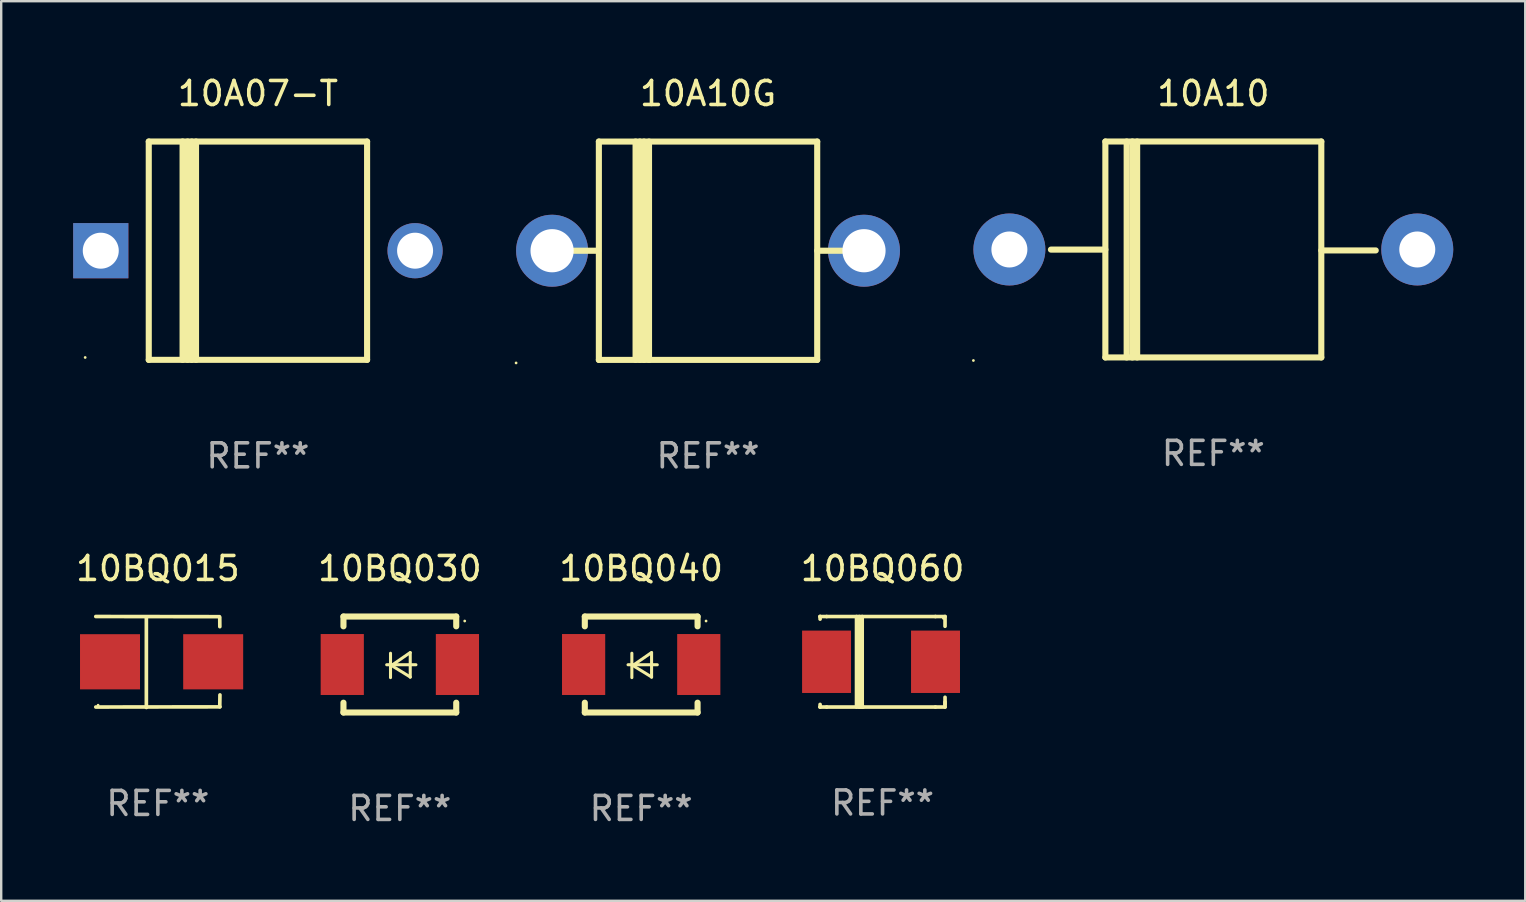
<source format=kicad_pcb>
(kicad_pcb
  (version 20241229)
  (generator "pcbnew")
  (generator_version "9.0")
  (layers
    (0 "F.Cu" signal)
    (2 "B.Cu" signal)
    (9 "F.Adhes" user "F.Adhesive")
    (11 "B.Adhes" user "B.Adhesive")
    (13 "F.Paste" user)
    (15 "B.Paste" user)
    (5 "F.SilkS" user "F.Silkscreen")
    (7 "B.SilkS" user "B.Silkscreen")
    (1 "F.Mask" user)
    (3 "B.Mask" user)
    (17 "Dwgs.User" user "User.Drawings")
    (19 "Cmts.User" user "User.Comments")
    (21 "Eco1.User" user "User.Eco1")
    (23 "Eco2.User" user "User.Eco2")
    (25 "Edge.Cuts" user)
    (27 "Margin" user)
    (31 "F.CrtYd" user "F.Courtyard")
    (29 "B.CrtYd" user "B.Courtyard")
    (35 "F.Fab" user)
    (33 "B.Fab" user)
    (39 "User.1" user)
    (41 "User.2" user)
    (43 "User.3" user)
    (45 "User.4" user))
  (footprint "10A10G"
    (layer "F.Cu")
    (at 26.46 7.399)
    (property "Reference" "10A10G" (at 0 -6.551 0) (layer "F.SilkS") (effects (font (size 1 1) (thickness 0.15))))
    (attr through_hole)
    (fp_line (start -4.58 0.001) (end -5.6 0.001) (stroke (width 0.254) (type solid)) (layer "F.SilkS"))
    (fp_line (start -4.55 -4.549) (end 4.55 -4.549) (stroke (width 0.254) (type solid)) (layer "F.SilkS"))
    (fp_line (start -4.55 -4.55) (end -4.55 4.551) (stroke (width 0.254) (type solid)) (layer "F.SilkS"))
    (fp_line (start -3.02 -4.55) (end -3.02 4.551) (stroke (width 0.254) (type solid)) (layer "F.SilkS"))
    (fp_line (start -2.841 -4.551) (end -2.841 4.55) (stroke (width 0.254) (type solid)) (layer "F.SilkS"))
    (fp_line (start -2.67 -4.55) (end -2.67 4.551) (stroke (width 0.254) (type solid)) (layer "F.SilkS"))
    (fp_line (start -2.46 -4.55) (end -2.46 4.551) (stroke (width 0.254) (type solid)) (layer "F.SilkS"))
    (fp_line (start 4.55 4.551) (end -4.55 4.551) (stroke (width 0.254) (type solid)) (layer "F.SilkS"))
    (fp_line (start 4.55 4.551) (end 4.55 -4.55) (stroke (width 0.254) (type solid)) (layer "F.SilkS"))
    (fp_line (start 5.6 0.001) (end 4.55 0.001) (stroke (width 0.254) (type solid)) (layer "F.SilkS"))
    (fp_circle (center -8 4.678) (end -7.97 4.678) (stroke (width 0.06) (type solid)) (fill no) (layer "F.SilkS"))
    (fp_text user "REF**" (at 0 8.551 0) (layer "F.Fab") (effects (font (size 1 1) (thickness 0.15))))
    (pad "1" thru_hole circle (at -6.5 0.001) (size 3 3) (drill 1.8) (layers "*.Cu" "*.Mask"))
    (pad "2" thru_hole circle (at 6.5 0.001) (size 3 3) (drill 1.8) (layers "*.Cu" "*.Mask")))
  (footprint "10A10"
    (layer "F.Cu")
    (at 47.52 7.348)
    (property "Reference" "10A10" (at 0 -6.5 0) (layer "F.SilkS") (effects (font (size 1 1) (thickness 0.15))))
    (attr through_hole)
    (fp_line (start -4.5 -4.5) (end -4.5 4.5) (stroke (width 0.254) (type solid)) (layer "F.SilkS"))
    (fp_line (start -4.5 0.005) (end -6.769 0.005) (stroke (width 0.254) (type solid)) (layer "F.SilkS"))
    (fp_line (start -3.612 -4.5) (end -3.612 4.5) (stroke (width 0.254) (type solid)) (layer "F.SilkS"))
    (fp_line (start -3.375 -4.5) (end -3.375 4.5) (stroke (width 0.254) (type solid)) (layer "F.SilkS"))
    (fp_line (start -3.175 -4.5) (end -3.175 4.5) (stroke (width 0.254) (type solid)) (layer "F.SilkS"))
    (fp_line (start 4.5 -4.5) (end -4.5 -4.5) (stroke (width 0.254) (type solid)) (layer "F.SilkS"))
    (fp_line (start 4.5 -4.5) (end 4.5 4.5) (stroke (width 0.254) (type solid)) (layer "F.SilkS"))
    (fp_line (start 4.5 0.039) (end 6.769 0.039) (stroke (width 0.254) (type solid)) (layer "F.SilkS"))
    (fp_line (start 4.5 4.5) (end -4.5 4.5) (stroke (width 0.254) (type solid)) (layer "F.SilkS"))
    (fp_circle (center -10 4.627) (end -9.97 4.627) (stroke (width 0.06) (type solid)) (fill no) (layer "F.SilkS"))
    (fp_text user "REF**" (at 0 8.5 0) (layer "F.Fab") (effects (font (size 1 1) (thickness 0.15))))
    (pad "1" thru_hole circle (at -8.5 0.000013) (size 3 3) (drill 1.5) (layers "*.Cu" "*.Mask"))
    (pad "2" thru_hole circle (at 8.5 0.000013) (size 3 3) (drill 1.5) (layers "*.Cu" "*.Mask")))
  (footprint "10A07-T"
    (layer "F.Cu")
    (at 7.7 7.399)
    (property "Reference" "10A07-T" (at 0 -6.551 0) (layer "F.SilkS") (effects (font (size 1 1) (thickness 0.15))))
    (attr through_hole)
    (fp_line (start -4.55 -4.55) (end -4.55 4.55) (stroke (width 0.254) (type solid)) (layer "F.SilkS"))
    (fp_line (start -4.55 -4.55) (end 4.55 -4.55) (stroke (width 0.254) (type solid)) (layer "F.SilkS"))
    (fp_line (start -3.14 4.55) (end -3.14 -4.551) (stroke (width 0.254) (type solid)) (layer "F.SilkS"))
    (fp_line (start -2.93 4.55) (end -2.93 -4.551) (stroke (width 0.254) (type solid)) (layer "F.SilkS"))
    (fp_line (start -2.759 4.551) (end -2.759 -4.55) (stroke (width 0.254) (type solid)) (layer "F.SilkS"))
    (fp_line (start -2.58 4.55) (end -2.58 -4.551) (stroke (width 0.254) (type solid)) (layer "F.SilkS"))
    (fp_line (start 4.55 4.55) (end 4.55 -4.55) (stroke (width 0.254) (type solid)) (layer "F.SilkS"))
    (fp_line (start 4.55 4.549) (end -4.55 4.549) (stroke (width 0.254) (type solid)) (layer "F.SilkS"))
    (fp_circle (center -7.2 4.45) (end -7.17 4.45) (stroke (width 0.06) (type solid)) (fill no) (layer "F.SilkS"))
    (fp_text user "REF**" (at 0 8.551 0) (layer "F.Fab") (effects (font (size 1 1) (thickness 0.15))))
    (pad "1" thru_hole rect (at -6.55 -0.000483 180) (size 2.3 2.3) (drill 1.5) (layers "*.Cu" "*.Mask"))
    (pad "2" thru_hole circle (at 6.55 -0.000483) (size 2.3 2.3) (drill 1.5) (layers "*.Cu" "*.Mask")))
  (footprint "10BQ040"
    (layer "F.Cu")
    (at 23.674 24.646)
    (property "Reference" "10BQ040" (at 0 -4 0) (layer "F.SilkS") (effects (font (size 1 1) (thickness 0.15))))
    (attr through_hole)
    (fp_line (start -2.35 -2) (end -2.35 -1.591) (stroke (width 0.254) (type solid)) (layer "F.SilkS"))
    (fp_line (start -2.35 -2) (end 2.35 -2) (stroke (width 0.254) (type solid)) (layer "F.SilkS"))
    (fp_line (start -2.35 1.591) (end -2.35 2) (stroke (width 0.254) (type solid)) (layer "F.SilkS"))
    (fp_line (start -2.35 2) (end 2.35 2) (stroke (width 0.254) (type solid)) (layer "F.SilkS"))
    (fp_line (start -0.548 0.01) (end 0.671 0.01) (stroke (width 0.127) (type solid)) (layer "F.SilkS"))
    (fp_line (start -0.389 -0.47) (end -0.389 0.546) (stroke (width 0.127) (type solid)) (layer "F.SilkS"))
    (fp_line (start -0.35 0.04) (end 0.433 0.52) (stroke (width 0.127) (type solid)) (layer "F.SilkS"))
    (fp_line (start 0.433 -0.5) (end -0.35 0.04) (stroke (width 0.127) (type solid)) (layer "F.SilkS"))
    (fp_line (start 0.433 0.53) (end 0.433 -0.486) (stroke (width 0.127) (type solid)) (layer "F.SilkS"))
    (fp_line (start 2.35 -2) (end 2.35 -1.591) (stroke (width 0.254) (type solid)) (layer "F.SilkS"))
    (fp_line (start 2.35 1.591) (end 2.35 2) (stroke (width 0.254) (type solid)) (layer "F.SilkS"))
    (fp_circle (center 2.704 -1.813) (end 2.734 -1.813) (stroke (width 0.06) (type solid)) (fill no) (layer "F.SilkS"))
    (fp_text user "REF**" (at 0 6 0) (layer "F.Fab") (effects (font (size 1 1) (thickness 0.15))))
    (pad "1" smd rect (at 2.4 0) (size 1.8 2.54) (layers "F.Cu" "F.Mask" "F.Paste"))
    (pad "2" smd rect (at -2.4 0) (size 1.8 2.54) (layers "F.Cu" "F.Mask" "F.Paste")))
  (footprint "10BQ015"
    (layer "F.Cu")
    (at 3.53 24.541)
    (property "Reference" "10BQ015" (at 0 -3.896 0) (layer "F.SilkS") (effects (font (size 1 1) (thickness 0.15))))
    (attr through_hole)
    (fp_line (start -2.588 -1.896) (end 2.568 -1.889) (stroke (width 0.152) (type solid)) (layer "F.SilkS"))
    (fp_line (start -2.588 1.877) (end 2.588 1.87) (stroke (width 0.152) (type solid)) (layer "F.SilkS"))
    (fp_line (start -0.48 1.896) (end -0.48 -1.871) (stroke (width 0.152) (type solid)) (layer "F.SilkS"))
    (fp_line (start 2.579 -1.849) (end 2.582 -1.472) (stroke (width 0.152) (type solid)) (layer "F.SilkS"))
    (fp_line (start 2.579 1.867) (end 2.587 1.372) (stroke (width 0.152) (type solid)) (layer "F.SilkS"))
    (fp_circle (center -2.492 1.801) (end -2.462 1.801) (stroke (width 0.06) (type solid)) (fill no) (layer "F.SilkS"))
    (fp_text user "REF**" (at 0 5.896 0) (layer "F.Fab") (effects (font (size 1 1) (thickness 0.15))))
    (pad "1" smd rect (at -1.995 -0.009) (size 2.5 2.3) (layers "F.Cu" "F.Mask" "F.Paste"))
    (pad "2" smd rect (at 2.305 -0.009) (size 2.5 2.3) (layers "F.Cu" "F.Mask" "F.Paste")))
  (footprint "10BQ030"
    (layer "F.Cu")
    (at 13.615 24.646)
    (property "Reference" "10BQ030" (at 0 -4 0) (layer "F.SilkS") (effects (font (size 1 1) (thickness 0.15))))
    (attr through_hole)
    (fp_line (start -2.35 -2) (end -2.35 -1.591) (stroke (width 0.254) (type solid)) (layer "F.SilkS"))
    (fp_line (start -2.35 -2) (end 2.35 -2) (stroke (width 0.254) (type solid)) (layer "F.SilkS"))
    (fp_line (start -2.35 1.591) (end -2.35 2) (stroke (width 0.254) (type solid)) (layer "F.SilkS"))
    (fp_line (start -2.35 2) (end 2.35 2) (stroke (width 0.254) (type solid)) (layer "F.SilkS"))
    (fp_line (start -0.548 0.01) (end 0.671 0.01) (stroke (width 0.127) (type solid)) (layer "F.SilkS"))
    (fp_line (start -0.389 -0.47) (end -0.389 0.546) (stroke (width 0.127) (type solid)) (layer "F.SilkS"))
    (fp_line (start -0.35 0.04) (end 0.433 0.52) (stroke (width 0.127) (type solid)) (layer "F.SilkS"))
    (fp_line (start 0.433 -0.5) (end -0.35 0.04) (stroke (width 0.127) (type solid)) (layer "F.SilkS"))
    (fp_line (start 0.433 0.53) (end 0.433 -0.486) (stroke (width 0.127) (type solid)) (layer "F.SilkS"))
    (fp_line (start 2.35 -2) (end 2.35 -1.591) (stroke (width 0.254) (type solid)) (layer "F.SilkS"))
    (fp_line (start 2.35 1.591) (end 2.35 2) (stroke (width 0.254) (type solid)) (layer "F.SilkS"))
    (fp_circle (center 2.704 -1.813) (end 2.734 -1.813) (stroke (width 0.06) (type solid)) (fill no) (layer "F.SilkS"))
    (fp_text user "REF**" (at 0 6 0) (layer "F.Fab") (effects (font (size 1 1) (thickness 0.15))))
    (pad "1" smd rect (at 2.4 0) (size 1.8 2.54) (layers "F.Cu" "F.Mask" "F.Paste"))
    (pad "2" smd rect (at -2.4 0) (size 1.8 2.54) (layers "F.Cu" "F.Mask" "F.Paste")))
  (footprint "10BQ060"
    (layer "F.Cu")
    (at 33.734 24.532)
    (property "Reference" "10BQ060" (at 0 -3.886 0) (layer "F.SilkS") (effects (font (size 1 1) (thickness 0.15))))
    (attr through_hole)
    (fp_line (start -2.604 -1.886) (end -2.604 -1.886) (stroke (width 0.152) (type solid)) (layer "F.SilkS"))
    (fp_line (start -2.604 -1.886) (end -2.604 -1.778) (stroke (width 0.152) (type solid)) (layer "F.SilkS"))
    (fp_line (start -2.604 1.886) (end -2.604 1.778) (stroke (width 0.152) (type solid)) (layer "F.SilkS"))
    (fp_line (start -2.604 1.886) (end -2.604 1.886) (stroke (width 0.152) (type solid)) (layer "F.SilkS"))
    (fp_line (start -2.33 -1.886) (end -2.604 -1.886) (stroke (width 0.152) (type solid)) (layer "F.SilkS"))
    (fp_line (start -2.33 1.886) (end -2.604 1.886) (stroke (width 0.152) (type solid)) (layer "F.SilkS"))
    (fp_line (start -1.085 1.886) (end -1.085 -1.886) (stroke (width 0.152) (type solid)) (layer "F.SilkS"))
    (fp_line (start -0.969 1.886) (end -0.969 -1.886) (stroke (width 0.152) (type solid)) (layer "F.SilkS"))
    (fp_line (start -0.92 1.886) (end -0.969 1.886) (stroke (width 0.152) (type solid)) (layer "F.SilkS"))
    (fp_line (start -0.849 1.886) (end -0.849 -1.886) (stroke (width 0.152) (type solid)) (layer "F.SilkS"))
    (fp_line (start -0.81 1.886) (end -0.849 1.886) (stroke (width 0.152) (type solid)) (layer "F.SilkS"))
    (fp_line (start 2.203 -1.886) (end -2.33 -1.886) (stroke (width 0.152) (type solid)) (layer "F.SilkS"))
    (fp_line (start 2.203 -1.886) (end 2.604 -1.886) (stroke (width 0.152) (type solid)) (layer "F.SilkS"))
    (fp_line (start 2.203 1.886) (end -2.33 1.886) (stroke (width 0.152) (type solid)) (layer "F.SilkS"))
    (fp_line (start 2.203 1.886) (end 2.604 1.886) (stroke (width 0.152) (type solid)) (layer "F.SilkS"))
    (fp_line (start 2.604 -1.886) (end 2.604 -1.48) (stroke (width 0.152) (type solid)) (layer "F.SilkS"))
    (fp_line (start 2.604 1.48) (end 2.604 1.778) (stroke (width 0.152) (type solid)) (layer "F.SilkS"))
    (fp_line (start 2.604 1.886) (end 2.604 1.677) (stroke (width 0.152) (type solid)) (layer "F.SilkS"))
    (fp_circle (center 2.536 -1.81) (end 2.566 -1.81) (stroke (width 0.06) (type solid)) (fill no) (layer "F.SilkS"))
    (fp_text user "REF**" (at 0 5.886 0) (layer "F.Fab") (effects (font (size 1 1) (thickness 0.15))))
    (pad "1" smd rect (at 2.207 0) (size 2.04 2.6) (layers "F.Cu" "F.Mask" "F.Paste"))
    (pad "2" smd rect (at -2.334 0) (size 2.04 2.6) (layers "F.Cu" "F.Mask" "F.Paste")))
  (gr_rect
    (start -3 -3)
    (end 60.52 34.494)
    (stroke (width 0.1) (type default))
    (fill no)
    (layer "Edge.Cuts")))
</source>
